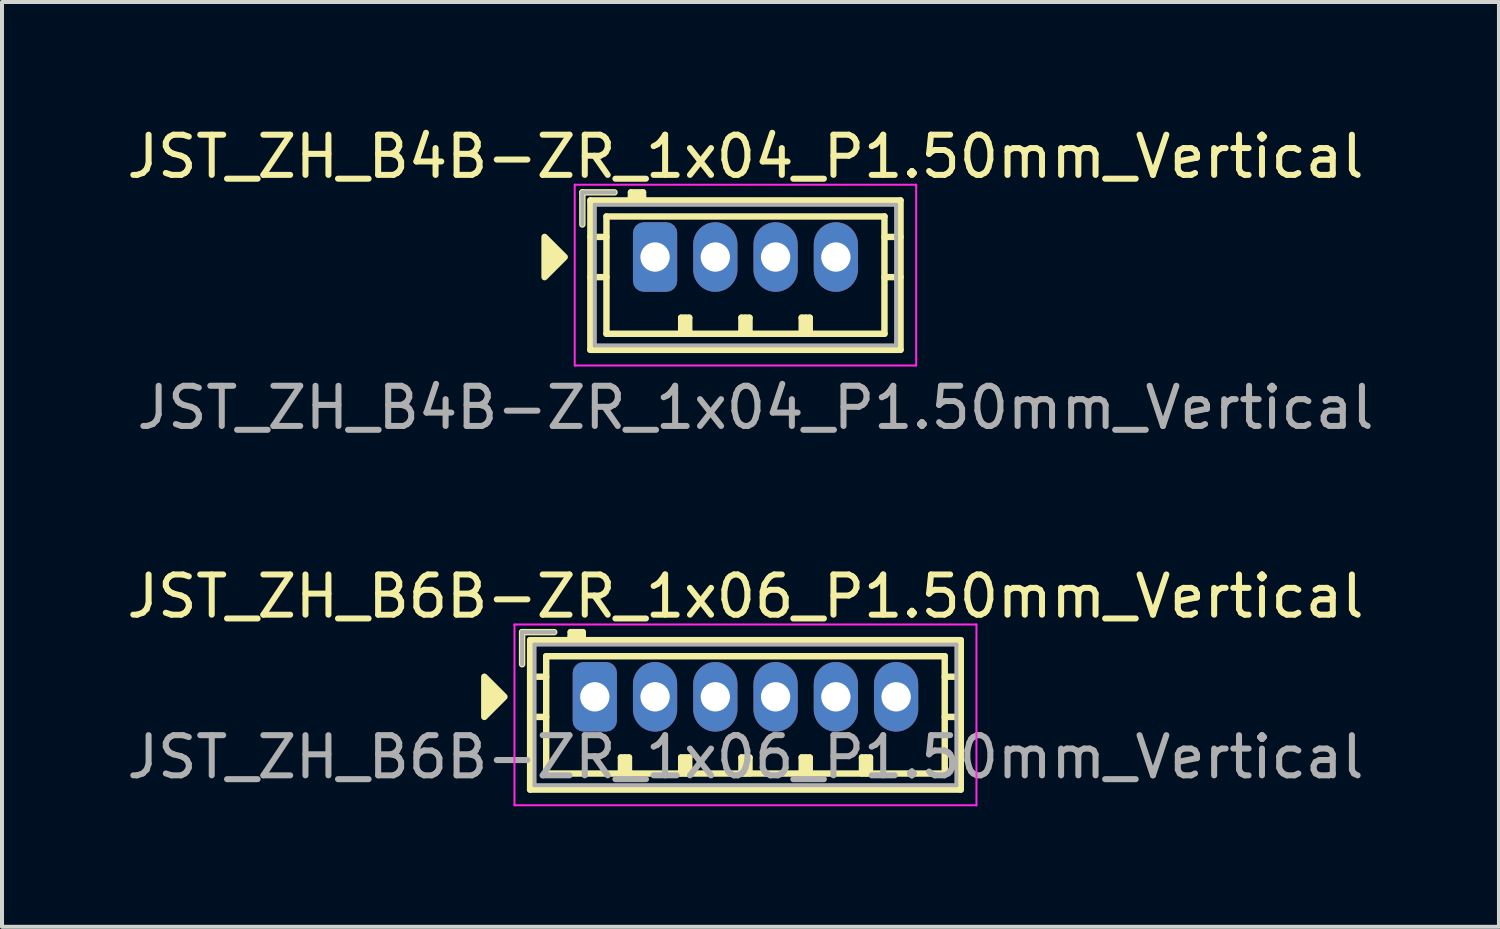
<source format=kicad_pcb>
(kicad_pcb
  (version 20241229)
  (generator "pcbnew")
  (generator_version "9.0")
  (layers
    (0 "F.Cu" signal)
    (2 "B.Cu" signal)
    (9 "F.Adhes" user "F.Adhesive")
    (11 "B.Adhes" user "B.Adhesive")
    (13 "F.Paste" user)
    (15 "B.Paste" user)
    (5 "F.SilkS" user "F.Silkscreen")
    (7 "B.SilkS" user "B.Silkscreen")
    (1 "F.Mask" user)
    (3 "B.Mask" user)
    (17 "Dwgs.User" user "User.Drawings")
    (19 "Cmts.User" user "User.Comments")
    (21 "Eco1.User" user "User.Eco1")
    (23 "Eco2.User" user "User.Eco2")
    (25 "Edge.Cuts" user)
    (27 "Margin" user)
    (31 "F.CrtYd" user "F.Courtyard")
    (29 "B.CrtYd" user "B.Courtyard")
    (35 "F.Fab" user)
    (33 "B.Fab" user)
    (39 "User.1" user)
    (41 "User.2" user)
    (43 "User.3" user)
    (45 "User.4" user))
  (footprint "JST_ZH_B4B-ZR_1x04_P1.50mm_Vertical"
    (layer "F.Cu")
    (at 15.506 3.348)
    (property "Reference" "JST_ZH_B4B-ZR_1x04_P1.50mm_Vertical" (at 0 -2.5 0) (layer "F.SilkS") (effects (font (size 1 1) (thickness 0.15))))
    (attr through_hole)
    (fp_line (start -4.06 -1.61) (end -4.06 -0.81) (stroke (width 0.16) (type solid)) (layer "F.SilkS"))
    (fp_line (start -3.86 -1.41) (end -3.86 2.31) (stroke (width 0.16) (type solid)) (layer "F.SilkS"))
    (fp_line (start -3.86 -0.5) (end -3.46 -0.5) (stroke (width 0.16) (type solid)) (layer "F.SilkS"))
    (fp_line (start -3.86 0.5) (end -3.46 0.5) (stroke (width 0.16) (type solid)) (layer "F.SilkS"))
    (fp_line (start -3.86 2.31) (end 3.86 2.31) (stroke (width 0.16) (type solid)) (layer "F.SilkS"))
    (fp_line (start -3.46 -1.01) (end -3.46 1.91) (stroke (width 0.16) (type solid)) (layer "F.SilkS"))
    (fp_line (start -3.46 1.91) (end 3.46 1.91) (stroke (width 0.16) (type solid)) (layer "F.SilkS"))
    (fp_line (start -3.26 -1.61) (end -4.06 -1.61) (stroke (width 0.16) (type solid)) (layer "F.SilkS"))
    (fp_line (start -2.85 -1.61) (end -2.85 -1.41) (stroke (width 0.16) (type solid)) (layer "F.SilkS"))
    (fp_line (start -2.55 -1.61) (end -2.85 -1.61) (stroke (width 0.16) (type solid)) (layer "F.SilkS"))
    (fp_line (start -2.55 -1.51) (end -2.85 -1.51) (stroke (width 0.16) (type solid)) (layer "F.SilkS"))
    (fp_line (start -2.55 -1.41) (end -2.55 -1.61) (stroke (width 0.16) (type solid)) (layer "F.SilkS"))
    (fp_line (start -1.6 1.51) (end -1.4 1.51) (stroke (width 0.16) (type solid)) (layer "F.SilkS"))
    (fp_line (start -1.6 1.91) (end -1.6 1.51) (stroke (width 0.16) (type solid)) (layer "F.SilkS"))
    (fp_line (start -1.5 1.91) (end -1.5 1.51) (stroke (width 0.16) (type solid)) (layer "F.SilkS"))
    (fp_line (start -1.4 1.51) (end -1.4 1.91) (stroke (width 0.16) (type solid)) (layer "F.SilkS"))
    (fp_line (start -0.1 1.51) (end 0.1 1.51) (stroke (width 0.16) (type solid)) (layer "F.SilkS"))
    (fp_line (start -0.1 1.91) (end -0.1 1.51) (stroke (width 0.16) (type solid)) (layer "F.SilkS"))
    (fp_line (start 0 1.91) (end 0 1.51) (stroke (width 0.16) (type solid)) (layer "F.SilkS"))
    (fp_line (start 0.1 1.51) (end 0.1 1.91) (stroke (width 0.16) (type solid)) (layer "F.SilkS"))
    (fp_line (start 1.4 1.51) (end 1.6 1.51) (stroke (width 0.16) (type solid)) (layer "F.SilkS"))
    (fp_line (start 1.4 1.91) (end 1.4 1.51) (stroke (width 0.16) (type solid)) (layer "F.SilkS"))
    (fp_line (start 1.5 1.91) (end 1.5 1.51) (stroke (width 0.16) (type solid)) (layer "F.SilkS"))
    (fp_line (start 1.6 1.51) (end 1.6 1.91) (stroke (width 0.16) (type solid)) (layer "F.SilkS"))
    (fp_line (start 3.46 -1.01) (end -3.46 -1.01) (stroke (width 0.16) (type solid)) (layer "F.SilkS"))
    (fp_line (start 3.46 1.91) (end 3.46 -1.01) (stroke (width 0.16) (type solid)) (layer "F.SilkS"))
    (fp_line (start 3.86 -1.41) (end -3.86 -1.41) (stroke (width 0.16) (type solid)) (layer "F.SilkS"))
    (fp_line (start 3.86 -0.5) (end 3.46 -0.5) (stroke (width 0.16) (type solid)) (layer "F.SilkS"))
    (fp_line (start 3.86 0.5) (end 3.46 0.5) (stroke (width 0.16) (type solid)) (layer "F.SilkS"))
    (fp_line (start 3.86 2.31) (end 3.86 -1.41) (stroke (width 0.16) (type solid)) (layer "F.SilkS"))
    (fp_poly (pts (xy -5 -0.5) (xy -4.5 0) (xy -5 0.5)) (stroke (width 0.16) (type solid)) (fill yes) (layer "F.SilkS"))
    (fp_line (start -4.25 -1.8) (end -4.25 2.7) (stroke (width 0.05) (type solid)) (layer "F.CrtYd"))
    (fp_line (start -4.25 2.7) (end 4.25 2.7) (stroke (width 0.05) (type solid)) (layer "F.CrtYd"))
    (fp_line (start 4.25 -1.8) (end -4.25 -1.8) (stroke (width 0.05) (type solid)) (layer "F.CrtYd"))
    (fp_line (start 4.25 2.7) (end 4.25 -1.8) (stroke (width 0.05) (type solid)) (layer "F.CrtYd"))
    (fp_line (start -4.06 -1.61) (end -4.06 -0.81) (stroke (width 0.1) (type solid)) (layer "F.Fab"))
    (fp_line (start -3.75 -1.3) (end -3.75 2.2) (stroke (width 0.1) (type solid)) (layer "F.Fab"))
    (fp_line (start -3.75 2.2) (end 3.75 2.2) (stroke (width 0.1) (type solid)) (layer "F.Fab"))
    (fp_line (start -3.26 -1.61) (end -4.06 -1.61) (stroke (width 0.1) (type solid)) (layer "F.Fab"))
    (fp_line (start 3.75 -1.3) (end -3.75 -1.3) (stroke (width 0.1) (type solid)) (layer "F.Fab"))
    (fp_line (start 3.75 2.2) (end 3.75 -1.3) (stroke (width 0.1) (type solid)) (layer "F.Fab"))
    (fp_text user "${REFERENCE}" (at 0.25 3.75 0) (layer "F.Fab") (effects (font (size 1 1) (thickness 0.15))))
    (pad "1" thru_hole roundrect (at -2.25 0) (size 1.1 1.73) (drill 0.73) (layers "*.Cu" "*.Mask") (roundrect_rratio 0.243))
    (pad "2" thru_hole oval (at -0.75 0) (size 1.1 1.73) (drill 0.73) (layers "*.Cu" "*.Mask"))
    (pad "3" thru_hole oval (at 0.75 0) (size 1.1 1.73) (drill 0.73) (layers "*.Cu" "*.Mask"))
    (pad "4" thru_hole oval (at 2.25 0) (size 1.1 1.73) (drill 0.73) (layers "*.Cu" "*.Mask")))
  (footprint "JST_ZH_B6B-ZR_1x06_P1.50mm_Vertical"
    (layer "F.Cu")
    (at 15.506 14.295)
    (property "Reference" "JST_ZH_B6B-ZR_1x06_P1.50mm_Vertical" (at 0 -2.5 0) (layer "F.SilkS") (effects (font (size 1 1) (thickness 0.15))))
    (attr through_hole)
    (fp_line (start -5.56 -1.61) (end -5.56 -0.81) (stroke (width 0.16) (type solid)) (layer "F.SilkS"))
    (fp_line (start -5.36 -1.41) (end -5.36 2.31) (stroke (width 0.16) (type solid)) (layer "F.SilkS"))
    (fp_line (start -5.36 -0.5) (end -4.96 -0.5) (stroke (width 0.16) (type solid)) (layer "F.SilkS"))
    (fp_line (start -5.36 0.5) (end -4.96 0.5) (stroke (width 0.16) (type solid)) (layer "F.SilkS"))
    (fp_line (start -5.36 2.31) (end 5.36 2.31) (stroke (width 0.16) (type solid)) (layer "F.SilkS"))
    (fp_line (start -4.96 -1.01) (end -4.96 1.91) (stroke (width 0.16) (type solid)) (layer "F.SilkS"))
    (fp_line (start -4.96 1.91) (end 4.96 1.91) (stroke (width 0.16) (type solid)) (layer "F.SilkS"))
    (fp_line (start -4.76 -1.61) (end -5.56 -1.61) (stroke (width 0.16) (type solid)) (layer "F.SilkS"))
    (fp_line (start -4.35 -1.61) (end -4.35 -1.41) (stroke (width 0.16) (type solid)) (layer "F.SilkS"))
    (fp_line (start -4.05 -1.61) (end -4.35 -1.61) (stroke (width 0.16) (type solid)) (layer "F.SilkS"))
    (fp_line (start -4.05 -1.51) (end -4.35 -1.51) (stroke (width 0.16) (type solid)) (layer "F.SilkS"))
    (fp_line (start -4.05 -1.41) (end -4.05 -1.61) (stroke (width 0.16) (type solid)) (layer "F.SilkS"))
    (fp_line (start -3.1 1.51) (end -2.9 1.51) (stroke (width 0.16) (type solid)) (layer "F.SilkS"))
    (fp_line (start -3.1 1.91) (end -3.1 1.51) (stroke (width 0.16) (type solid)) (layer "F.SilkS"))
    (fp_line (start -3 1.91) (end -3 1.51) (stroke (width 0.16) (type solid)) (layer "F.SilkS"))
    (fp_line (start -2.9 1.51) (end -2.9 1.91) (stroke (width 0.16) (type solid)) (layer "F.SilkS"))
    (fp_line (start -1.6 1.51) (end -1.4 1.51) (stroke (width 0.16) (type solid)) (layer "F.SilkS"))
    (fp_line (start -1.6 1.91) (end -1.6 1.51) (stroke (width 0.16) (type solid)) (layer "F.SilkS"))
    (fp_line (start -1.5 1.91) (end -1.5 1.51) (stroke (width 0.16) (type solid)) (layer "F.SilkS"))
    (fp_line (start -1.4 1.51) (end -1.4 1.91) (stroke (width 0.16) (type solid)) (layer "F.SilkS"))
    (fp_line (start -0.1 1.51) (end 0.1 1.51) (stroke (width 0.16) (type solid)) (layer "F.SilkS"))
    (fp_line (start -0.1 1.91) (end -0.1 1.51) (stroke (width 0.16) (type solid)) (layer "F.SilkS"))
    (fp_line (start 0 1.91) (end 0 1.51) (stroke (width 0.16) (type solid)) (layer "F.SilkS"))
    (fp_line (start 0.1 1.51) (end 0.1 1.91) (stroke (width 0.16) (type solid)) (layer "F.SilkS"))
    (fp_line (start 1.4 1.51) (end 1.6 1.51) (stroke (width 0.16) (type solid)) (layer "F.SilkS"))
    (fp_line (start 1.4 1.91) (end 1.4 1.51) (stroke (width 0.16) (type solid)) (layer "F.SilkS"))
    (fp_line (start 1.5 1.91) (end 1.5 1.51) (stroke (width 0.16) (type solid)) (layer "F.SilkS"))
    (fp_line (start 1.6 1.51) (end 1.6 1.91) (stroke (width 0.16) (type solid)) (layer "F.SilkS"))
    (fp_line (start 2.9 1.51) (end 3.1 1.51) (stroke (width 0.16) (type solid)) (layer "F.SilkS"))
    (fp_line (start 2.9 1.91) (end 2.9 1.51) (stroke (width 0.16) (type solid)) (layer "F.SilkS"))
    (fp_line (start 3 1.91) (end 3 1.51) (stroke (width 0.16) (type solid)) (layer "F.SilkS"))
    (fp_line (start 3.1 1.51) (end 3.1 1.91) (stroke (width 0.16) (type solid)) (layer "F.SilkS"))
    (fp_line (start 4.96 -1.01) (end -4.96 -1.01) (stroke (width 0.16) (type solid)) (layer "F.SilkS"))
    (fp_line (start 4.96 1.91) (end 4.96 -1.01) (stroke (width 0.16) (type solid)) (layer "F.SilkS"))
    (fp_line (start 5.36 -1.41) (end -5.36 -1.41) (stroke (width 0.16) (type solid)) (layer "F.SilkS"))
    (fp_line (start 5.36 -0.5) (end 4.96 -0.5) (stroke (width 0.16) (type solid)) (layer "F.SilkS"))
    (fp_line (start 5.36 0.5) (end 4.96 0.5) (stroke (width 0.16) (type solid)) (layer "F.SilkS"))
    (fp_line (start 5.36 2.31) (end 5.36 -1.41) (stroke (width 0.16) (type solid)) (layer "F.SilkS"))
    (fp_poly (pts (xy -6.5 -0.5) (xy -6 0) (xy -6.5 0.5)) (stroke (width 0.16) (type solid)) (fill yes) (layer "F.SilkS"))
    (fp_line (start -5.75 -1.8) (end -5.75 2.7) (stroke (width 0.05) (type solid)) (layer "F.CrtYd"))
    (fp_line (start -5.75 2.7) (end 5.75 2.7) (stroke (width 0.05) (type solid)) (layer "F.CrtYd"))
    (fp_line (start 5.75 -1.8) (end -5.75 -1.8) (stroke (width 0.05) (type solid)) (layer "F.CrtYd"))
    (fp_line (start 5.75 2.7) (end 5.75 -1.8) (stroke (width 0.05) (type solid)) (layer "F.CrtYd"))
    (fp_line (start -5.56 -1.61) (end -5.56 -0.81) (stroke (width 0.1) (type solid)) (layer "F.Fab"))
    (fp_line (start -5.25 -1.3) (end -5.25 2.2) (stroke (width 0.1) (type solid)) (layer "F.Fab"))
    (fp_line (start -5.25 2.2) (end 5.25 2.2) (stroke (width 0.1) (type solid)) (layer "F.Fab"))
    (fp_line (start -4.76 -1.61) (end -5.56 -1.61) (stroke (width 0.1) (type solid)) (layer "F.Fab"))
    (fp_line (start 5.25 -1.3) (end -5.25 -1.3) (stroke (width 0.1) (type solid)) (layer "F.Fab"))
    (fp_line (start 5.25 2.2) (end 5.25 -1.3) (stroke (width 0.1) (type solid)) (layer "F.Fab"))
    (fp_text user "${REFERENCE}" (at 0 1.5 0) (layer "F.Fab") (effects (font (size 1 1) (thickness 0.15))))
    (pad "1" thru_hole roundrect (at -3.75 0) (size 1.1 1.73) (drill 0.73) (layers "*.Cu" "*.Mask") (roundrect_rratio 0.243))
    (pad "2" thru_hole oval (at -2.25 0) (size 1.1 1.73) (drill 0.73) (layers "*.Cu" "*.Mask"))
    (pad "3" thru_hole oval (at -0.75 0) (size 1.1 1.73) (drill 0.73) (layers "*.Cu" "*.Mask"))
    (pad "4" thru_hole oval (at 0.75 0) (size 1.1 1.73) (drill 0.73) (layers "*.Cu" "*.Mask"))
    (pad "5" thru_hole oval (at 2.25 0) (size 1.1 1.73) (drill 0.73) (layers "*.Cu" "*.Mask"))
    (pad "6" thru_hole oval (at 3.75 0) (size 1.1 1.73) (drill 0.73) (layers "*.Cu" "*.Mask")))
  (gr_rect
    (start -3 -3)
    (end 34.262 20.02)
    (stroke (width 0.1) (type default))
    (fill no)
    (layer "Edge.Cuts")))
</source>
